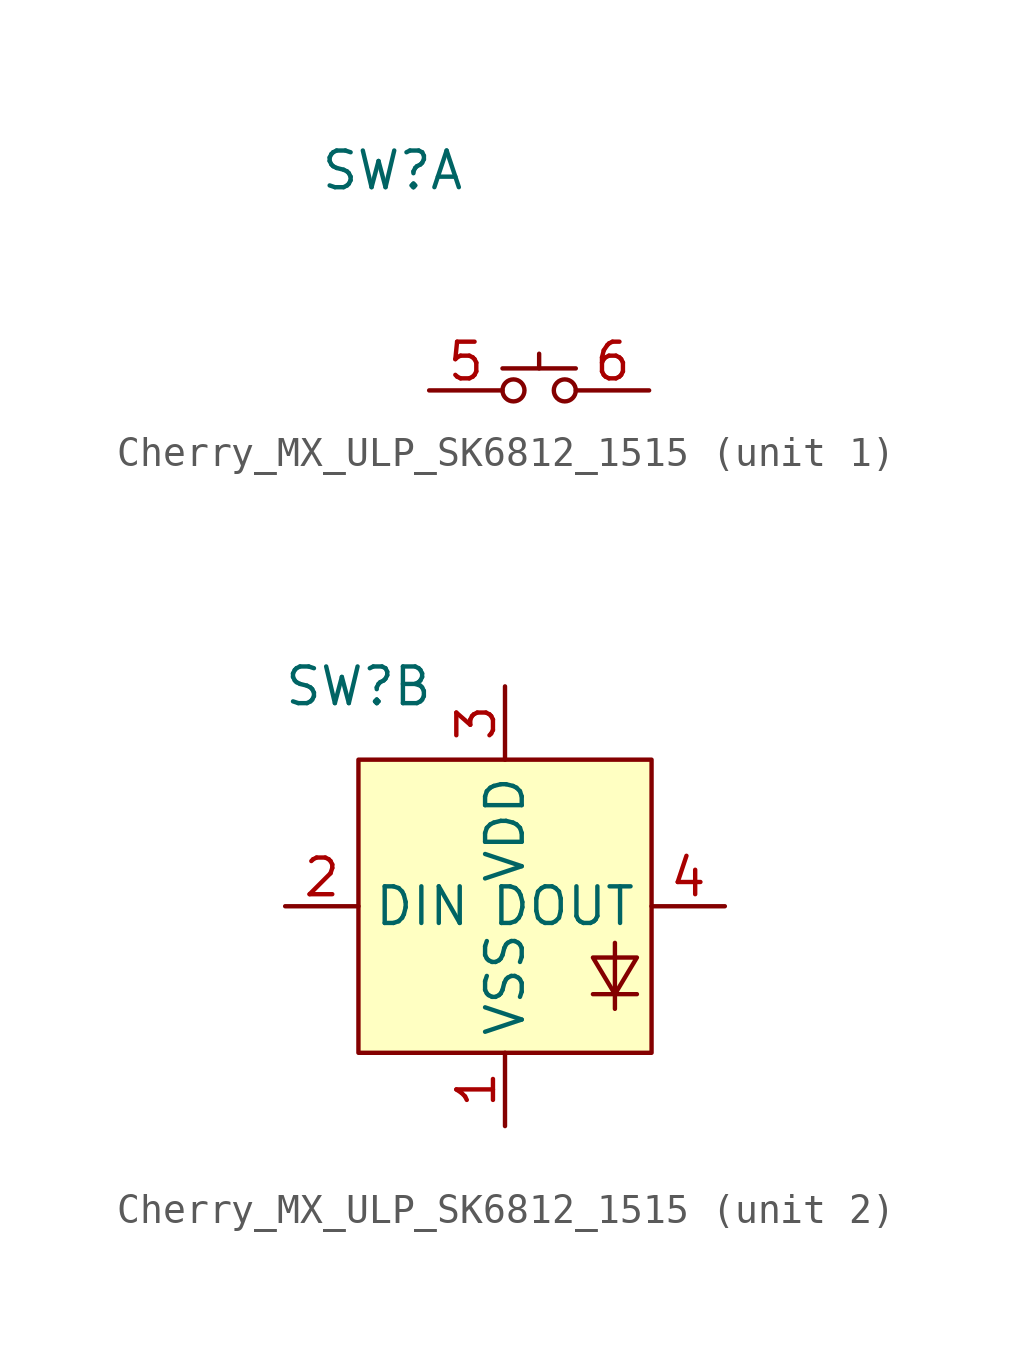
<source format=kicad_sym>
(kicad_symbol_lib
  (version 20211014)
  (generator kicad_symbol_editor)
  (symbol "Cherry_MX_ULP_SK6812_1515"
    (property "Reference" "SW"
      (at -5.08 7.62 0)
      (effects (font (size 1.27 1.27))))
    (property "ki_locked" ""
      (at 0 0 0)
      (effects (font (size 1.27 1.27))))
    (symbol "Cherry_MX_ULP_SK6812_1515_1_1"
      (circle (center -0.889 0) (radius 0.381) (stroke (width 0) (type default) (color 0 0 0 0)) (fill (type none)))
      (polyline (pts (xy -1.27 0.762) (xy 1.27 0.762)) (stroke (width 0.152) (type default) (color 0 0 0 0)) (fill (type none)))
      (polyline (pts (xy 0 0.762) (xy 0 1.27)) (stroke (width 0.152) (type default) (color 0 0 0 0)) (fill (type none)))
      (circle (center 0.889 0) (radius 0.381) (stroke (width 0) (type default) (color 0 0 0 0)) (fill (type none)))
      (pin passive line (at -3.81 0 0) (length 2.54) (name "" (effects (font (size 1.27 1.27)))) (number "5" (effects (font (size 1.27 1.27)))))
      (pin passive line (at 3.81 0 180) (length 2.54) (name "" (effects (font (size 1.27 1.27)))) (number "6" (effects (font (size 1.27 1.27))))))
    (symbol "Cherry_MX_ULP_SK6812_1515_2_1"
      (rectangle (start -5.08 5.08) (end 5.08 -5.08) (stroke (width 0.152) (type default) (color 0 0 0 0)) (fill (type background)))
      (polyline (pts (xy 3.048 -3.048) (xy 4.572 -3.048)) (stroke (width 0.152) (type default) (color 0 0 0 0)) (fill (type none)))
      (polyline (pts (xy 3.81 -1.27) (xy 3.81 -3.556)) (stroke (width 0.152) (type default) (color 0 0 0 0)) (fill (type none)))
      (polyline (pts (xy 3.048 -1.778) (xy 4.572 -1.778) (xy 3.81 -3.048) (xy 3.048 -1.778)) (stroke (width 0.152) (type default) (color 0 0 0 0)) (fill (type none)))
      (pin power_in line (at 0 -7.62 90) (length 2.54) (name "VSS" (effects (font (size 1.27 1.27)))) (number "1" (effects (font (size 1.27 1.27)))))
      (pin input line (at -7.62 0 0) (length 2.54) (name "DIN" (effects (font (size 1.27 1.27)))) (number "2" (effects (font (size 1.27 1.27)))))
      (pin power_in line (at 0 7.62 270) (length 2.54) (name "VDD" (effects (font (size 1.27 1.27)))) (number "3" (effects (font (size 1.27 1.27)))))
      (pin output line (at 7.62 0 180) (length 2.54) (name "DOUT" (effects (font (size 1.27 1.27)))) (number "4" (effects (font (size 1.27 1.27))))))))
</source>
